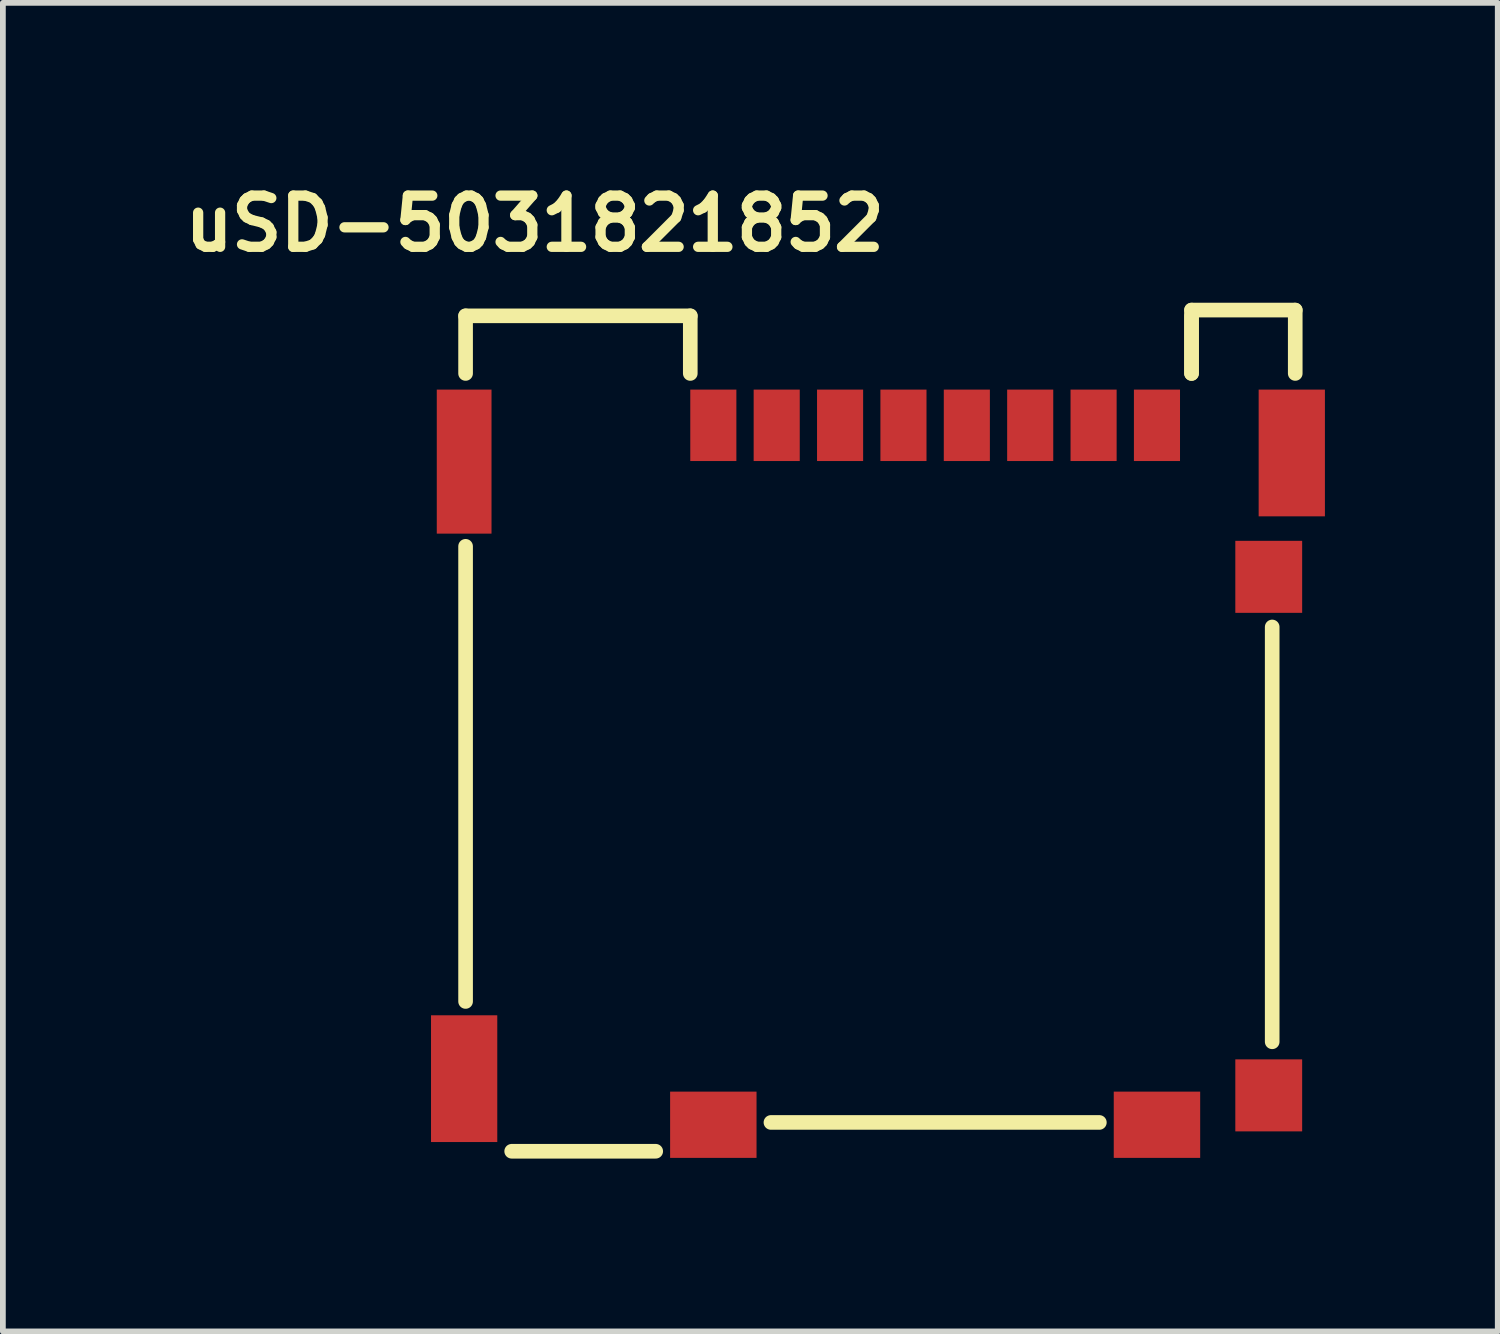
<source format=kicad_pcb>
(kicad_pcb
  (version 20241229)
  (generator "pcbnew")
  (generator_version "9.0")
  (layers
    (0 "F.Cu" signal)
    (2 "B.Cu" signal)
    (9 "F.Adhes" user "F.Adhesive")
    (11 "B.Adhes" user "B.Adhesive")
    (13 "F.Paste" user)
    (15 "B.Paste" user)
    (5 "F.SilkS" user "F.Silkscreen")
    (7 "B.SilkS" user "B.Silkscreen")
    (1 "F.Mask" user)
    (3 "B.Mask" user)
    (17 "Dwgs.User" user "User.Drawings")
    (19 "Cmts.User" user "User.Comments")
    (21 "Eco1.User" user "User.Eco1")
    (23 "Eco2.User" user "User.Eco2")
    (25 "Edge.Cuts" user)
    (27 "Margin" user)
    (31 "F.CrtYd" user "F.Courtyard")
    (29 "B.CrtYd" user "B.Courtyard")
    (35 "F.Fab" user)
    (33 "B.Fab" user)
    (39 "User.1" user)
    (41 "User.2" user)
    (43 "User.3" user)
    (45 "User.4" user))
  (footprint "uSD-5031821852"
    (layer "F.Cu")
    (at 9.331 4.332)
    (property "Reference" "uSD-5031821852" (at -3.1 -3.5 0) (layer "F.SilkS") (effects (font (size 0.889 0.889) (thickness 0.178))))
    (attr through_hole)
    (fp_line (start -4.3 -1.9) (end -0.4 -1.9) (stroke (width 0.254) (type solid)) (layer "F.SilkS"))
    (fp_line (start -4.3 -0.9) (end -4.3 -1.9) (stroke (width 0.254) (type solid)) (layer "F.SilkS"))
    (fp_line (start -4.3 2.1) (end -4.3 10) (stroke (width 0.254) (type solid)) (layer "F.SilkS"))
    (fp_line (start -1 12.6) (end -3.5 12.6) (stroke (width 0.254) (type solid)) (layer "F.SilkS"))
    (fp_line (start -0.4 -1.9) (end -0.4 -0.9) (stroke (width 0.254) (type solid)) (layer "F.SilkS"))
    (fp_line (start 1 12.1) (end 6.7 12.1) (stroke (width 0.254) (type solid)) (layer "F.SilkS"))
    (fp_line (start 8.3 -2) (end 10.1 -2) (stroke (width 0.254) (type solid)) (layer "F.SilkS"))
    (fp_line (start 8.3 -1.9) (end 8.3 -0.9) (stroke (width 0.254) (type solid)) (layer "F.SilkS"))
    (fp_line (start 8.3 -0.9) (end 8.3 -2) (stroke (width 0.254) (type solid)) (layer "F.SilkS"))
    (fp_line (start 9.7 10.7) (end 9.7 3.5) (stroke (width 0.254) (type solid)) (layer "F.SilkS"))
    (fp_line (start 10.1 -2) (end 10.1 -0.9) (stroke (width 0.254) (type solid)) (layer "F.SilkS"))
    (pad "0" smd rect (at -4.325 0.63) (size 0.95 2.5) (layers "F.Cu" "F.Mask" "F.Paste"))
    (pad "0" smd rect (at -4.325 11.34) (size 1.15 2.2) (layers "F.Cu" "F.Mask" "F.Paste"))
    (pad "0" smd rect (at 0 12.14) (size 1.5 1.15) (layers "F.Cu" "F.Mask" "F.Paste"))
    (pad "0" smd rect (at 7.7 12.14) (size 1.5 1.15) (layers "F.Cu" "F.Mask" "F.Paste"))
    (pad "0" smd rect (at 10.04 0.48) (size 1.15 2.2) (layers "F.Cu" "F.Mask" "F.Paste"))
    (pad "1" smd rect (at 7.7 0) (size 0.8 1.24) (layers "F.Cu" "F.Mask" "F.Paste"))
    (pad "2" smd rect (at 6.6 0) (size 0.8 1.24) (layers "F.Cu" "F.Mask" "F.Paste"))
    (pad "3" smd rect (at 5.5 0) (size 0.8 1.24) (layers "F.Cu" "F.Mask" "F.Paste"))
    (pad "4" smd rect (at 4.4 0) (size 0.8 1.24) (layers "F.Cu" "F.Mask" "F.Paste"))
    (pad "5" smd rect (at 3.3 0) (size 0.8 1.24) (layers "F.Cu" "F.Mask" "F.Paste"))
    (pad "6" smd rect (at 2.2 0) (size 0.8 1.24) (layers "F.Cu" "F.Mask" "F.Paste"))
    (pad "7" smd rect (at 1.1 0) (size 0.8 1.24) (layers "F.Cu" "F.Mask" "F.Paste"))
    (pad "8" smd rect (at 0 0) (size 0.8 1.24) (layers "F.Cu" "F.Mask" "F.Paste"))
    (pad "9" smd rect (at 9.64 2.63) (size 1.16 1.25) (layers "F.Cu" "F.Mask" "F.Paste"))
    (pad "10" smd rect (at 9.64 11.63) (size 1.16 1.25) (layers "F.Cu" "F.Mask" "F.Paste")))
  (gr_rect
    (start -3 -3)
    (end 22.946 20.059)
    (stroke (width 0.1) (type default))
    (fill no)
    (layer "Edge.Cuts")))
</source>
